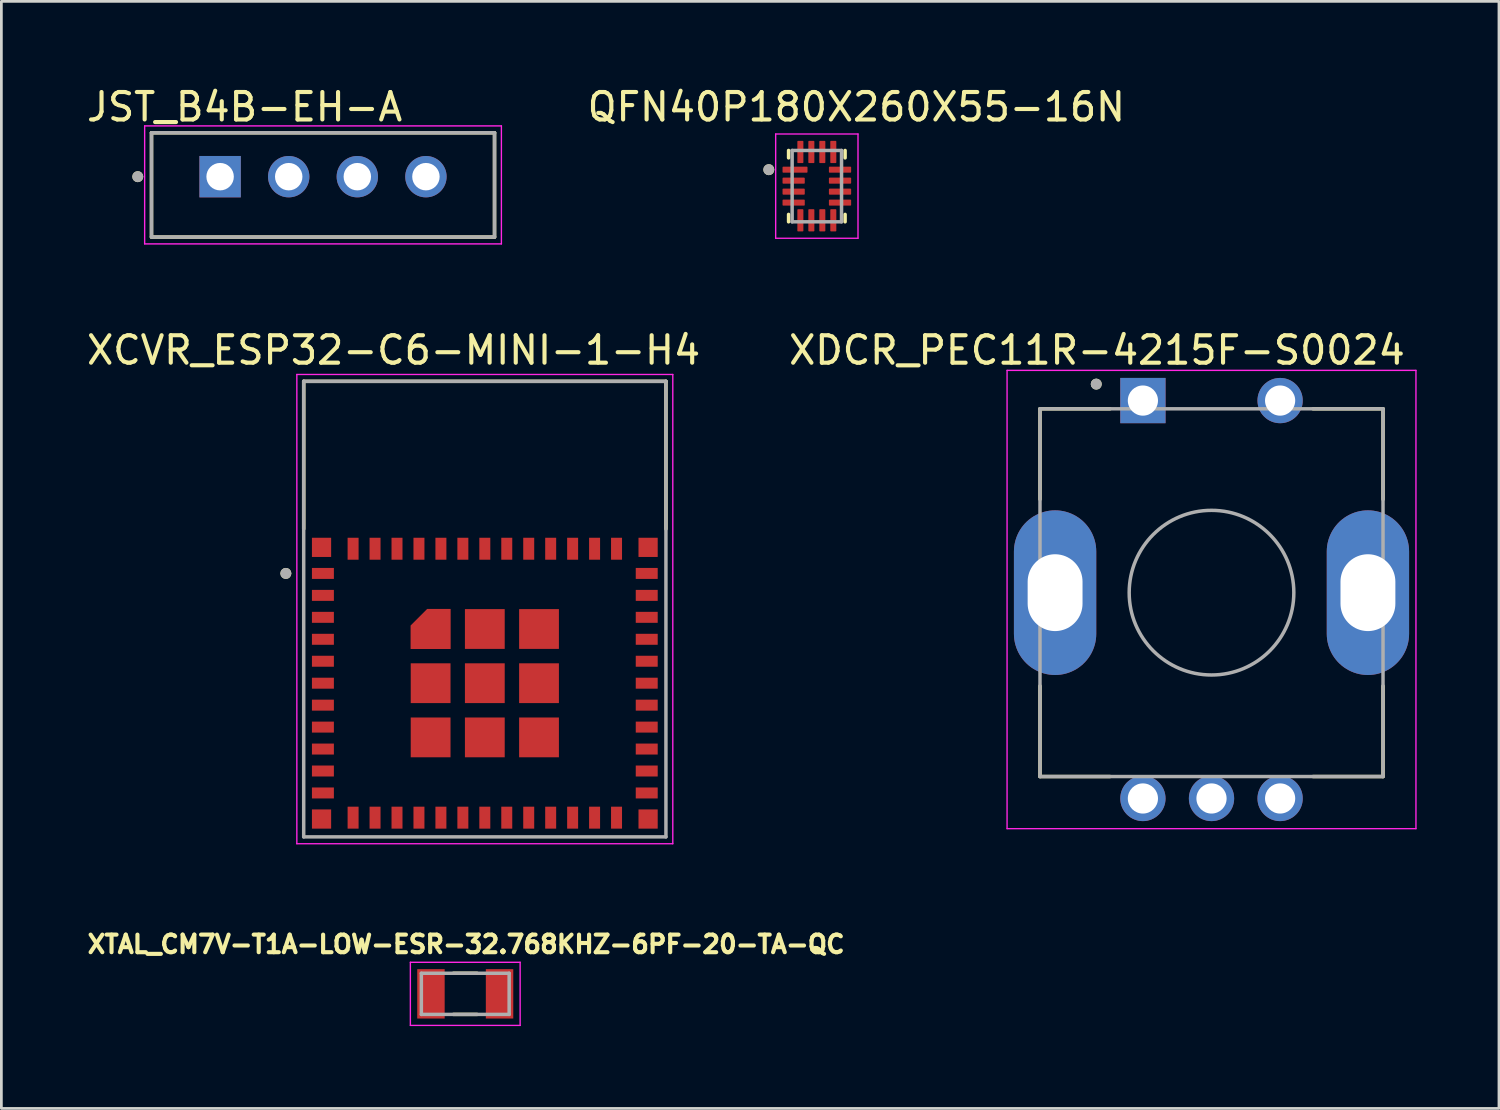
<source format=kicad_pcb>
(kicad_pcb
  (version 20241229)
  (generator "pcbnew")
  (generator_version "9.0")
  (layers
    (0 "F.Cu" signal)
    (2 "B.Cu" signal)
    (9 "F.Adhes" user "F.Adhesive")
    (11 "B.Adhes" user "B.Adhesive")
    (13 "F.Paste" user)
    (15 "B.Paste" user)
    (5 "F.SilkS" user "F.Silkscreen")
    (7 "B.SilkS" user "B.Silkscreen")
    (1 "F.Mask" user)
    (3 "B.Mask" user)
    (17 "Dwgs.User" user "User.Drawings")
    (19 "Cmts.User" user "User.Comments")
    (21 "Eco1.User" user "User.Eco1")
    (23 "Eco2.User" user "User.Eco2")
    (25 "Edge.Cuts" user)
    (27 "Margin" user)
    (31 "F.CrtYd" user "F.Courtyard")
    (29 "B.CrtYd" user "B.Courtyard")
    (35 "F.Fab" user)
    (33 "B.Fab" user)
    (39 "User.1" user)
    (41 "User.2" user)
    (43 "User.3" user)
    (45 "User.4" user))
  (footprint "XCVR_ESP32-C6-MINI-1-H4"
    (layer "F.Cu")
    (at 14.617 21.846)
    (property "Reference" "XCVR_ESP32-C6-MINI-1-H4" (at -3.325 -12.135 0) (layer "F.SilkS") (effects (font (size 1 1) (thickness 0.15))))
    (attr smd)
    (fp_poly (pts (xy -2.8 -1.15) (xy -1.15 -1.15) (xy -1.15 -2.8) (xy -2.15 -2.8) (xy -2.8 -2.15)) (stroke (width 0.01) (type solid)) (fill yes) (layer "F.Mask"))
    (fp_line (start -6.6 -11) (end 6.6 -11) (stroke (width 0.127) (type solid)) (layer "F.SilkS"))
    (fp_line (start -6.6 -5.62) (end -6.6 -11) (stroke (width 0.127) (type solid)) (layer "F.SilkS"))
    (fp_line (start 6.6 -11) (end 6.6 -5.62) (stroke (width 0.127) (type solid)) (layer "F.SilkS"))
    (fp_circle (center -7.25 -4) (end -7.15 -4) (stroke (width 0.2) (type solid)) (fill no) (layer "F.SilkS"))
    (fp_poly (pts (xy -2.7 -1.25) (xy -1.25 -1.25) (xy -1.25 -2.7) (xy -2.1 -2.7) (xy -2.7 -2.1)) (stroke (width 0.01) (type solid)) (fill yes) (layer "F.Paste"))
    (fp_line (start -6.85 -11.25) (end -6.85 5.85) (stroke (width 0.05) (type solid)) (layer "F.CrtYd"))
    (fp_line (start -6.85 5.85) (end 6.85 5.85) (stroke (width 0.05) (type solid)) (layer "F.CrtYd"))
    (fp_line (start 6.85 -11.25) (end -6.85 -11.25) (stroke (width 0.05) (type solid)) (layer "F.CrtYd"))
    (fp_line (start 6.85 5.85) (end 6.85 -11.25) (stroke (width 0.05) (type solid)) (layer "F.CrtYd"))
    (fp_line (start -6.6 -11) (end 6.6 -11) (stroke (width 0.127) (type solid)) (layer "F.Fab"))
    (fp_line (start -6.6 5.6) (end -6.6 -11) (stroke (width 0.127) (type solid)) (layer "F.Fab"))
    (fp_line (start 6.6 -11) (end 6.6 5.6) (stroke (width 0.127) (type solid)) (layer "F.Fab"))
    (fp_line (start 6.6 5.6) (end -6.6 5.6) (stroke (width 0.127) (type solid)) (layer "F.Fab"))
    (fp_circle (center -7.25 -4) (end -7.15 -4) (stroke (width 0.2) (type solid)) (fill no) (layer "F.Fab"))
    (pad "1" smd rect (at -5.9 -4) (size 0.8 0.4) (layers "F.Cu" "F.Mask" "F.Paste"))
    (pad "2" smd rect (at -5.9 -3.2) (size 0.8 0.4) (layers "F.Cu" "F.Mask" "F.Paste"))
    (pad "3" smd rect (at -5.9 -2.4) (size 0.8 0.4) (layers "F.Cu" "F.Mask" "F.Paste"))
    (pad "4" smd rect (at -5.9 -1.6) (size 0.8 0.4) (layers "F.Cu" "F.Mask" "F.Paste"))
    (pad "5" smd rect (at -5.9 -0.8) (size 0.8 0.4) (layers "F.Cu" "F.Mask" "F.Paste"))
    (pad "6" smd rect (at -5.9 0) (size 0.8 0.4) (layers "F.Cu" "F.Mask" "F.Paste"))
    (pad "7" smd rect (at -5.9 0.8) (size 0.8 0.4) (layers "F.Cu" "F.Mask" "F.Paste"))
    (pad "8" smd rect (at -5.9 1.6) (size 0.8 0.4) (layers "F.Cu" "F.Mask" "F.Paste"))
    (pad "9" smd rect (at -5.9 2.4) (size 0.8 0.4) (layers "F.Cu" "F.Mask" "F.Paste"))
    (pad "10" smd rect (at -5.9 3.2) (size 0.8 0.4) (layers "F.Cu" "F.Mask" "F.Paste"))
    (pad "11" smd rect (at -5.9 4) (size 0.8 0.4) (layers "F.Cu" "F.Mask" "F.Paste"))
    (pad "12" smd rect (at -4.8 4.9) (size 0.4 0.8) (layers "F.Cu" "F.Mask" "F.Paste"))
    (pad "13" smd rect (at -4 4.9) (size 0.4 0.8) (layers "F.Cu" "F.Mask" "F.Paste"))
    (pad "14" smd rect (at -3.2 4.9) (size 0.4 0.8) (layers "F.Cu" "F.Mask" "F.Paste"))
    (pad "15" smd rect (at -2.4 4.9) (size 0.4 0.8) (layers "F.Cu" "F.Mask" "F.Paste"))
    (pad "16" smd rect (at -1.6 4.9) (size 0.4 0.8) (layers "F.Cu" "F.Mask" "F.Paste"))
    (pad "17" smd rect (at -0.8 4.9) (size 0.4 0.8) (layers "F.Cu" "F.Mask" "F.Paste"))
    (pad "18" smd rect (at 0 4.9) (size 0.4 0.8) (layers "F.Cu" "F.Mask" "F.Paste"))
    (pad "19" smd rect (at 0.8 4.9) (size 0.4 0.8) (layers "F.Cu" "F.Mask" "F.Paste"))
    (pad "20" smd rect (at 1.6 4.9) (size 0.4 0.8) (layers "F.Cu" "F.Mask" "F.Paste"))
    (pad "21" smd rect (at 2.4 4.9) (size 0.4 0.8) (layers "F.Cu" "F.Mask" "F.Paste"))
    (pad "22" smd rect (at 3.2 4.9) (size 0.4 0.8) (layers "F.Cu" "F.Mask" "F.Paste"))
    (pad "23" smd rect (at 4 4.9) (size 0.4 0.8) (layers "F.Cu" "F.Mask" "F.Paste"))
    (pad "24" smd rect (at 4.8 4.9) (size 0.4 0.8) (layers "F.Cu" "F.Mask" "F.Paste"))
    (pad "25" smd rect (at 5.9 4) (size 0.8 0.4) (layers "F.Cu" "F.Mask" "F.Paste"))
    (pad "26" smd rect (at 5.9 3.2) (size 0.8 0.4) (layers "F.Cu" "F.Mask" "F.Paste"))
    (pad "27" smd rect (at 5.9 2.4) (size 0.8 0.4) (layers "F.Cu" "F.Mask" "F.Paste"))
    (pad "28" smd rect (at 5.9 1.6) (size 0.8 0.4) (layers "F.Cu" "F.Mask" "F.Paste"))
    (pad "29" smd rect (at 5.9 0.8) (size 0.8 0.4) (layers "F.Cu" "F.Mask" "F.Paste"))
    (pad "30" smd rect (at 5.9 0) (size 0.8 0.4) (layers "F.Cu" "F.Mask" "F.Paste"))
    (pad "31" smd rect (at 5.9 -0.8) (size 0.8 0.4) (layers "F.Cu" "F.Mask" "F.Paste"))
    (pad "32" smd rect (at 5.9 -1.6) (size 0.8 0.4) (layers "F.Cu" "F.Mask" "F.Paste"))
    (pad "33" smd rect (at 5.9 -2.4) (size 0.8 0.4) (layers "F.Cu" "F.Mask" "F.Paste"))
    (pad "34" smd rect (at 5.9 -3.2) (size 0.8 0.4) (layers "F.Cu" "F.Mask" "F.Paste"))
    (pad "35" smd rect (at 5.9 -4) (size 0.8 0.4) (layers "F.Cu" "F.Mask" "F.Paste"))
    (pad "36" smd rect (at 4.8 -4.9) (size 0.4 0.8) (layers "F.Cu" "F.Mask" "F.Paste"))
    (pad "37" smd rect (at 4 -4.9) (size 0.4 0.8) (layers "F.Cu" "F.Mask" "F.Paste"))
    (pad "38" smd rect (at 3.2 -4.9) (size 0.4 0.8) (layers "F.Cu" "F.Mask" "F.Paste"))
    (pad "39" smd rect (at 2.4 -4.9) (size 0.4 0.8) (layers "F.Cu" "F.Mask" "F.Paste"))
    (pad "40" smd rect (at 1.6 -4.9) (size 0.4 0.8) (layers "F.Cu" "F.Mask" "F.Paste"))
    (pad "41" smd rect (at 0.8 -4.9) (size 0.4 0.8) (layers "F.Cu" "F.Mask" "F.Paste"))
    (pad "42" smd rect (at 0 -4.9) (size 0.4 0.8) (layers "F.Cu" "F.Mask" "F.Paste"))
    (pad "43" smd rect (at -0.8 -4.9) (size 0.4 0.8) (layers "F.Cu" "F.Mask" "F.Paste"))
    (pad "44" smd rect (at -1.6 -4.9) (size 0.4 0.8) (layers "F.Cu" "F.Mask" "F.Paste"))
    (pad "45" smd rect (at -2.4 -4.9) (size 0.4 0.8) (layers "F.Cu" "F.Mask" "F.Paste"))
    (pad "46" smd rect (at -3.2 -4.9) (size 0.4 0.8) (layers "F.Cu" "F.Mask" "F.Paste"))
    (pad "47" smd rect (at -4 -4.9) (size 0.4 0.8) (layers "F.Cu" "F.Mask" "F.Paste"))
    (pad "48" smd rect (at -4.8 -4.9) (size 0.4 0.8) (layers "F.Cu" "F.Mask" "F.Paste"))
    (pad "49_1" smd custom (at -1.975 -1.975) (size 0.4 0.4) (layers "F.Cu") (options (anchor rect)) (primitives (gr_poly (pts (xy -0.725 0.725) (xy 0.725 0.725) (xy 0.725 -0.725) (xy -0.125 -0.725) (xy -0.725 -0.125)) (width 0.01) (fill yes))))
    (pad "49_2" smd rect (at 0 -1.975) (size 1.45 1.45) (layers "F.Cu" "F.Mask" "F.Paste"))
    (pad "49_3" smd rect (at 1.975 -1.975) (size 1.45 1.45) (layers "F.Cu" "F.Mask" "F.Paste"))
    (pad "49_4" smd rect (at -1.975 0) (size 1.45 1.45) (layers "F.Cu" "F.Mask" "F.Paste"))
    (pad "49_5" smd rect (at 0 0) (size 1.45 1.45) (layers "F.Cu" "F.Mask" "F.Paste"))
    (pad "49_6" smd rect (at 1.975 0) (size 1.45 1.45) (layers "F.Cu" "F.Mask" "F.Paste"))
    (pad "49_7" smd rect (at -1.975 1.975) (size 1.45 1.45) (layers "F.Cu" "F.Mask" "F.Paste"))
    (pad "49_8" smd rect (at 0 1.975) (size 1.45 1.45) (layers "F.Cu" "F.Mask" "F.Paste"))
    (pad "49_9" smd rect (at 1.975 1.975) (size 1.45 1.45) (layers "F.Cu" "F.Mask" "F.Paste"))
    (pad "50" smd rect (at 5.95 -4.95) (size 0.7 0.7) (layers "F.Cu" "F.Mask" "F.Paste"))
    (pad "51" smd rect (at 5.95 4.95) (size 0.7 0.7) (layers "F.Cu" "F.Mask" "F.Paste"))
    (pad "52" smd rect (at -5.95 4.95) (size 0.7 0.7) (layers "F.Cu" "F.Mask" "F.Paste"))
    (pad "53" smd rect (at -5.95 -4.95) (size 0.7 0.7) (layers "F.Cu" "F.Mask" "F.Paste"))
    (zone (net_name "") (layer "F.Cu") (hatch full 0.508) (connect_pads) (min_thickness 0.01) (filled_areas_thickness no) (keepout (tracks not_allowed) (vias not_allowed) (pads not_allowed) (copperpour not_allowed) (footprints allowed)) (placement (enabled no)) (fill) (polygon (pts (xy 8.017 10.847) (xy 21.217 10.847) (xy 21.217 16.247) (xy 8.017 16.247))))
    (zone (net_name "") (layers "F.Cu" "B.Cu") (hatch full 0.508) (connect_pads) (min_thickness 0.01) (filled_areas_thickness no) (keepout (tracks allowed) (vias not_allowed) (pads allowed) (copperpour allowed) (footprints allowed)) (placement (enabled no)) (fill) (polygon (pts (xy 8.017 10.847) (xy 21.217 10.847) (xy 21.217 16.247) (xy 8.017 16.247)))))
  (footprint "XTAL_CM7V-T1A-LOW-ESR-32.768KHZ-6PF-20-TA-QC"
    (layer "F.Cu")
    (at 13.904 33.166)
    (property "Reference" "XTAL_CM7V-T1A-LOW-ESR-32.768KHZ-6PF-20-TA-QC" (at 0.032 -1.806 0) (layer "F.SilkS") (effects (font (size 0.64 0.64) (thickness 0.15))))
    (attr smd)
    (fp_line (start -0.43 -0.75) (end 0.43 -0.75) (stroke (width 0.127) (type solid)) (layer "F.SilkS"))
    (fp_line (start -0.43 0.75) (end 0.43 0.75) (stroke (width 0.127) (type solid)) (layer "F.SilkS"))
    (fp_line (start -2 -1.15) (end -2 1.15) (stroke (width 0.05) (type solid)) (layer "F.CrtYd"))
    (fp_line (start -2 1.15) (end 2 1.15) (stroke (width 0.05) (type solid)) (layer "F.CrtYd"))
    (fp_line (start 2 -1.15) (end -2 -1.15) (stroke (width 0.05) (type solid)) (layer "F.CrtYd"))
    (fp_line (start 2 1.15) (end 2 -1.15) (stroke (width 0.05) (type solid)) (layer "F.CrtYd"))
    (fp_line (start -1.6 -0.75) (end -1.6 0.75) (stroke (width 0.127) (type solid)) (layer "F.Fab"))
    (fp_line (start -1.6 -0.75) (end 1.6 -0.75) (stroke (width 0.127) (type solid)) (layer "F.Fab"))
    (fp_line (start -1.6 0.75) (end 1.6 0.75) (stroke (width 0.127) (type solid)) (layer "F.Fab"))
    (fp_line (start 1.6 -0.75) (end 1.6 0.75) (stroke (width 0.127) (type solid)) (layer "F.Fab"))
    (pad "1" smd rect (at -1.25 0) (size 1 1.8) (layers "F.Cu" "F.Mask" "F.Paste"))
    (pad "2" smd rect (at 1.25 0) (size 1 1.8) (layers "F.Cu" "F.Mask" "F.Paste")))
  (footprint "XDCR_PEC11R-4215F-S0024"
    (layer "F.Cu")
    (at 41.098 18.547)
    (property "Reference" "XDCR_PEC11R-4215F-S0024" (at -4.175 -8.835 0) (layer "F.SilkS") (effects (font (size 1 1) (thickness 0.15))))
    (attr through_hole)
    (fp_line (start -6.25 -6.7) (end -3.7 -6.7) (stroke (width 0.127) (type solid)) (layer "F.SilkS"))
    (fp_line (start -6.25 -3.4) (end -6.25 -6.7) (stroke (width 0.127) (type solid)) (layer "F.SilkS"))
    (fp_line (start -6.25 3.4) (end -6.25 6.7) (stroke (width 0.127) (type solid)) (layer "F.SilkS"))
    (fp_line (start -6.25 6.7) (end -3.7 6.7) (stroke (width 0.127) (type solid)) (layer "F.SilkS"))
    (fp_line (start 3.7 -6.7) (end 6.25 -6.7) (stroke (width 0.127) (type solid)) (layer "F.SilkS"))
    (fp_line (start 3.7 6.7) (end 6.25 6.7) (stroke (width 0.127) (type solid)) (layer "F.SilkS"))
    (fp_line (start 6.25 -6.7) (end 6.25 -3.4) (stroke (width 0.127) (type solid)) (layer "F.SilkS"))
    (fp_line (start 6.25 6.7) (end 6.25 3.4) (stroke (width 0.127) (type solid)) (layer "F.SilkS"))
    (fp_circle (center -4.2 -7.6) (end -4.1 -7.6) (stroke (width 0.2) (type solid)) (fill no) (layer "F.SilkS"))
    (fp_line (start -7.45 -8.1) (end -7.45 8.6) (stroke (width 0.05) (type solid)) (layer "F.CrtYd"))
    (fp_line (start -7.45 8.6) (end 7.45 8.6) (stroke (width 0.05) (type solid)) (layer "F.CrtYd"))
    (fp_line (start 7.45 -8.1) (end -7.45 -8.1) (stroke (width 0.05) (type solid)) (layer "F.CrtYd"))
    (fp_line (start 7.45 8.6) (end 7.45 -8.1) (stroke (width 0.05) (type solid)) (layer "F.CrtYd"))
    (fp_line (start -6.25 -6.7) (end 6.25 -6.7) (stroke (width 0.127) (type solid)) (layer "F.Fab"))
    (fp_line (start -6.25 6.7) (end -6.25 -6.7) (stroke (width 0.127) (type solid)) (layer "F.Fab"))
    (fp_line (start 6.25 -6.7) (end 6.25 6.7) (stroke (width 0.127) (type solid)) (layer "F.Fab"))
    (fp_line (start 6.25 6.7) (end -6.25 6.7) (stroke (width 0.127) (type solid)) (layer "F.Fab"))
    (fp_circle (center -4.2 -7.6) (end -4.1 -7.6) (stroke (width 0.2) (type solid)) (fill no) (layer "F.Fab"))
    (fp_circle (center 0 0) (end 3 0) (stroke (width 0.127) (type solid)) (fill no) (layer "F.Fab"))
    (pad "1" thru_hole rect (at -2.5 -7) (size 1.65 1.65) (drill 1.1) (layers "*.Cu" "*.Mask"))
    (pad "2" thru_hole circle (at 2.5 -7) (size 1.65 1.65) (drill 1.1) (layers "*.Cu" "*.Mask"))
    (pad "A" thru_hole circle (at -2.5 7.5) (size 1.65 1.65) (drill 1.1) (layers "*.Cu" "*.Mask"))
    (pad "B" thru_hole circle (at 2.5 7.5) (size 1.65 1.65) (drill 1.1) (layers "*.Cu" "*.Mask"))
    (pad "COM" thru_hole circle (at 0 7.5) (size 1.65 1.65) (drill 1.1) (layers "*.Cu" "*.Mask"))
    (pad "S1" thru_hole oval (at -5.7 0) (size 3 6) (drill oval 2 2.8) (layers "*.Cu" "*.Mask"))
    (pad "S2" thru_hole oval (at 5.7 0) (size 3 6) (drill oval 2 2.8) (layers "*.Cu" "*.Mask")))
  (footprint "JST_B4B-EH-A"
    (layer "F.Cu")
    (at 8.721 3.388)
    (property "Reference" "JST_B4B-EH-A" (at -2.857 -2.54 0) (layer "F.SilkS") (effects (font (size 1 1) (thickness 0.15))))
    (attr through_hole)
    (fp_line (start -6.25 -1.6) (end 6.25 -1.6) (stroke (width 0.127) (type solid)) (layer "F.SilkS"))
    (fp_line (start -6.25 2.2) (end -6.25 -1.6) (stroke (width 0.127) (type solid)) (layer "F.SilkS"))
    (fp_line (start 6.25 -1.6) (end 6.25 2.2) (stroke (width 0.127) (type solid)) (layer "F.SilkS"))
    (fp_line (start 6.25 2.2) (end -6.25 2.2) (stroke (width 0.127) (type solid)) (layer "F.SilkS"))
    (fp_circle (center -6.75 0) (end -6.65 0) (stroke (width 0.2) (type solid)) (fill no) (layer "F.SilkS"))
    (fp_line (start -6.5 -1.85) (end 6.5 -1.85) (stroke (width 0.05) (type solid)) (layer "F.CrtYd"))
    (fp_line (start -6.5 2.45) (end -6.5 -1.85) (stroke (width 0.05) (type solid)) (layer "F.CrtYd"))
    (fp_line (start 6.5 -1.85) (end 6.5 2.45) (stroke (width 0.05) (type solid)) (layer "F.CrtYd"))
    (fp_line (start 6.5 2.45) (end -6.5 2.45) (stroke (width 0.05) (type solid)) (layer "F.CrtYd"))
    (fp_line (start -6.25 -1.6) (end 6.25 -1.6) (stroke (width 0.127) (type solid)) (layer "F.Fab"))
    (fp_line (start -6.25 2.2) (end -6.25 -1.6) (stroke (width 0.127) (type solid)) (layer "F.Fab"))
    (fp_line (start 6.25 -1.6) (end 6.25 2.2) (stroke (width 0.127) (type solid)) (layer "F.Fab"))
    (fp_line (start 6.25 2.2) (end -6.25 2.2) (stroke (width 0.127) (type solid)) (layer "F.Fab"))
    (fp_circle (center -6.75 0) (end -6.65 0) (stroke (width 0.2) (type solid)) (fill no) (layer "F.Fab"))
    (pad "1" thru_hole rect (at -3.75 0) (size 1.508 1.508) (drill 1) (layers "*.Cu" "*.Mask"))
    (pad "2" thru_hole circle (at -1.25 0) (size 1.508 1.508) (drill 1) (layers "*.Cu" "*.Mask"))
    (pad "3" thru_hole circle (at 1.25 0) (size 1.508 1.508) (drill 1) (layers "*.Cu" "*.Mask"))
    (pad "4" thru_hole circle (at 3.75 0) (size 1.508 1.508) (drill 1) (layers "*.Cu" "*.Mask")))
  (footprint "QFN40P180X260X55-16N"
    (layer "F.Cu")
    (at 26.716 3.733)
    (property "Reference" "QFN40P180X260X55-16N" (at 1.44 -2.885 0) (layer "F.SilkS") (effects (font (size 1 1) (thickness 0.15))))
    (attr smd)
    (fp_line (start -1.03 -1.3) (end -1.03 -1.03) (stroke (width 0.127) (type solid)) (layer "F.SilkS"))
    (fp_line (start -1.03 1.3) (end -1.03 1.03) (stroke (width 0.127) (type solid)) (layer "F.SilkS"))
    (fp_line (start 1.03 -1.3) (end 1.03 -1.03) (stroke (width 0.127) (type solid)) (layer "F.SilkS"))
    (fp_line (start 1.03 1.3) (end 1.03 1.03) (stroke (width 0.127) (type solid)) (layer "F.SilkS"))
    (fp_circle (center -1.75 -0.6) (end -1.65 -0.6) (stroke (width 0.2) (type solid)) (fill no) (layer "F.SilkS"))
    (fp_line (start -1.5 1.9) (end -1.5 -1.9) (stroke (width 0.05) (type solid)) (layer "F.CrtYd"))
    (fp_line (start 1.5 -1.9) (end -1.5 -1.9) (stroke (width 0.05) (type solid)) (layer "F.CrtYd"))
    (fp_line (start 1.5 1.9) (end -1.5 1.9) (stroke (width 0.05) (type solid)) (layer "F.CrtYd"))
    (fp_line (start 1.5 1.9) (end 1.5 -1.9) (stroke (width 0.05) (type solid)) (layer "F.CrtYd"))
    (fp_line (start -0.9 -1.3) (end -0.9 1.3) (stroke (width 0.127) (type solid)) (layer "F.Fab"))
    (fp_line (start 0.9 -1.3) (end -0.9 -1.3) (stroke (width 0.127) (type solid)) (layer "F.Fab"))
    (fp_line (start 0.9 -1.3) (end 0.9 1.3) (stroke (width 0.127) (type solid)) (layer "F.Fab"))
    (fp_line (start 0.9 1.3) (end -0.9 1.3) (stroke (width 0.127) (type solid)) (layer "F.Fab"))
    (fp_circle (center -1.75 -0.6) (end -1.65 -0.6) (stroke (width 0.2) (type solid)) (fill no) (layer "F.Fab"))
    (pad "1" smd roundrect (at -0.795 -0.6) (size 0.91 0.22) (layers "F.Cu" "F.Mask" "F.Paste") (roundrect_rratio 0.125))
    (pad "2" smd roundrect (at -0.845 -0.2) (size 0.81 0.22) (layers "F.Cu" "F.Mask" "F.Paste") (roundrect_rratio 0.125))
    (pad "3" smd roundrect (at -0.845 0.2) (size 0.81 0.22) (layers "F.Cu" "F.Mask" "F.Paste") (roundrect_rratio 0.125))
    (pad "4" smd roundrect (at -0.845 0.6) (size 0.81 0.22) (layers "F.Cu" "F.Mask" "F.Paste") (roundrect_rratio 0.125))
    (pad "5" smd roundrect (at -0.6 1.245) (size 0.22 0.81) (layers "F.Cu" "F.Mask" "F.Paste") (roundrect_rratio 0.125))
    (pad "6" smd roundrect (at -0.2 1.245) (size 0.22 0.81) (layers "F.Cu" "F.Mask" "F.Paste") (roundrect_rratio 0.125))
    (pad "7" smd roundrect (at 0.2 1.245) (size 0.22 0.81) (layers "F.Cu" "F.Mask" "F.Paste") (roundrect_rratio 0.125))
    (pad "8" smd roundrect (at 0.6 1.245) (size 0.22 0.81) (layers "F.Cu" "F.Mask" "F.Paste") (roundrect_rratio 0.125))
    (pad "9" smd roundrect (at 0.845 0.6) (size 0.81 0.22) (layers "F.Cu" "F.Mask" "F.Paste") (roundrect_rratio 0.125))
    (pad "10" smd roundrect (at 0.845 0.2) (size 0.81 0.22) (layers "F.Cu" "F.Mask" "F.Paste") (roundrect_rratio 0.125))
    (pad "11" smd roundrect (at 0.845 -0.2) (size 0.81 0.22) (layers "F.Cu" "F.Mask" "F.Paste") (roundrect_rratio 0.125))
    (pad "12" smd roundrect (at 0.845 -0.6) (size 0.81 0.22) (layers "F.Cu" "F.Mask" "F.Paste") (roundrect_rratio 0.125))
    (pad "13" smd roundrect (at 0.6 -1.245) (size 0.22 0.81) (layers "F.Cu" "F.Mask" "F.Paste") (roundrect_rratio 0.125))
    (pad "14" smd roundrect (at 0.2 -1.245) (size 0.22 0.81) (layers "F.Cu" "F.Mask" "F.Paste") (roundrect_rratio 0.125))
    (pad "15" smd roundrect (at -0.2 -1.245) (size 0.22 0.81) (layers "F.Cu" "F.Mask" "F.Paste") (roundrect_rratio 0.125))
    (pad "16" smd roundrect (at -0.6 -1.245) (size 0.22 0.81) (layers "F.Cu" "F.Mask" "F.Paste") (roundrect_rratio 0.125)))
  (gr_rect
    (start -3 -3)
    (end 51.573 37.341)
    (stroke (width 0.1) (type default))
    (fill no)
    (layer "Edge.Cuts")))
</source>
